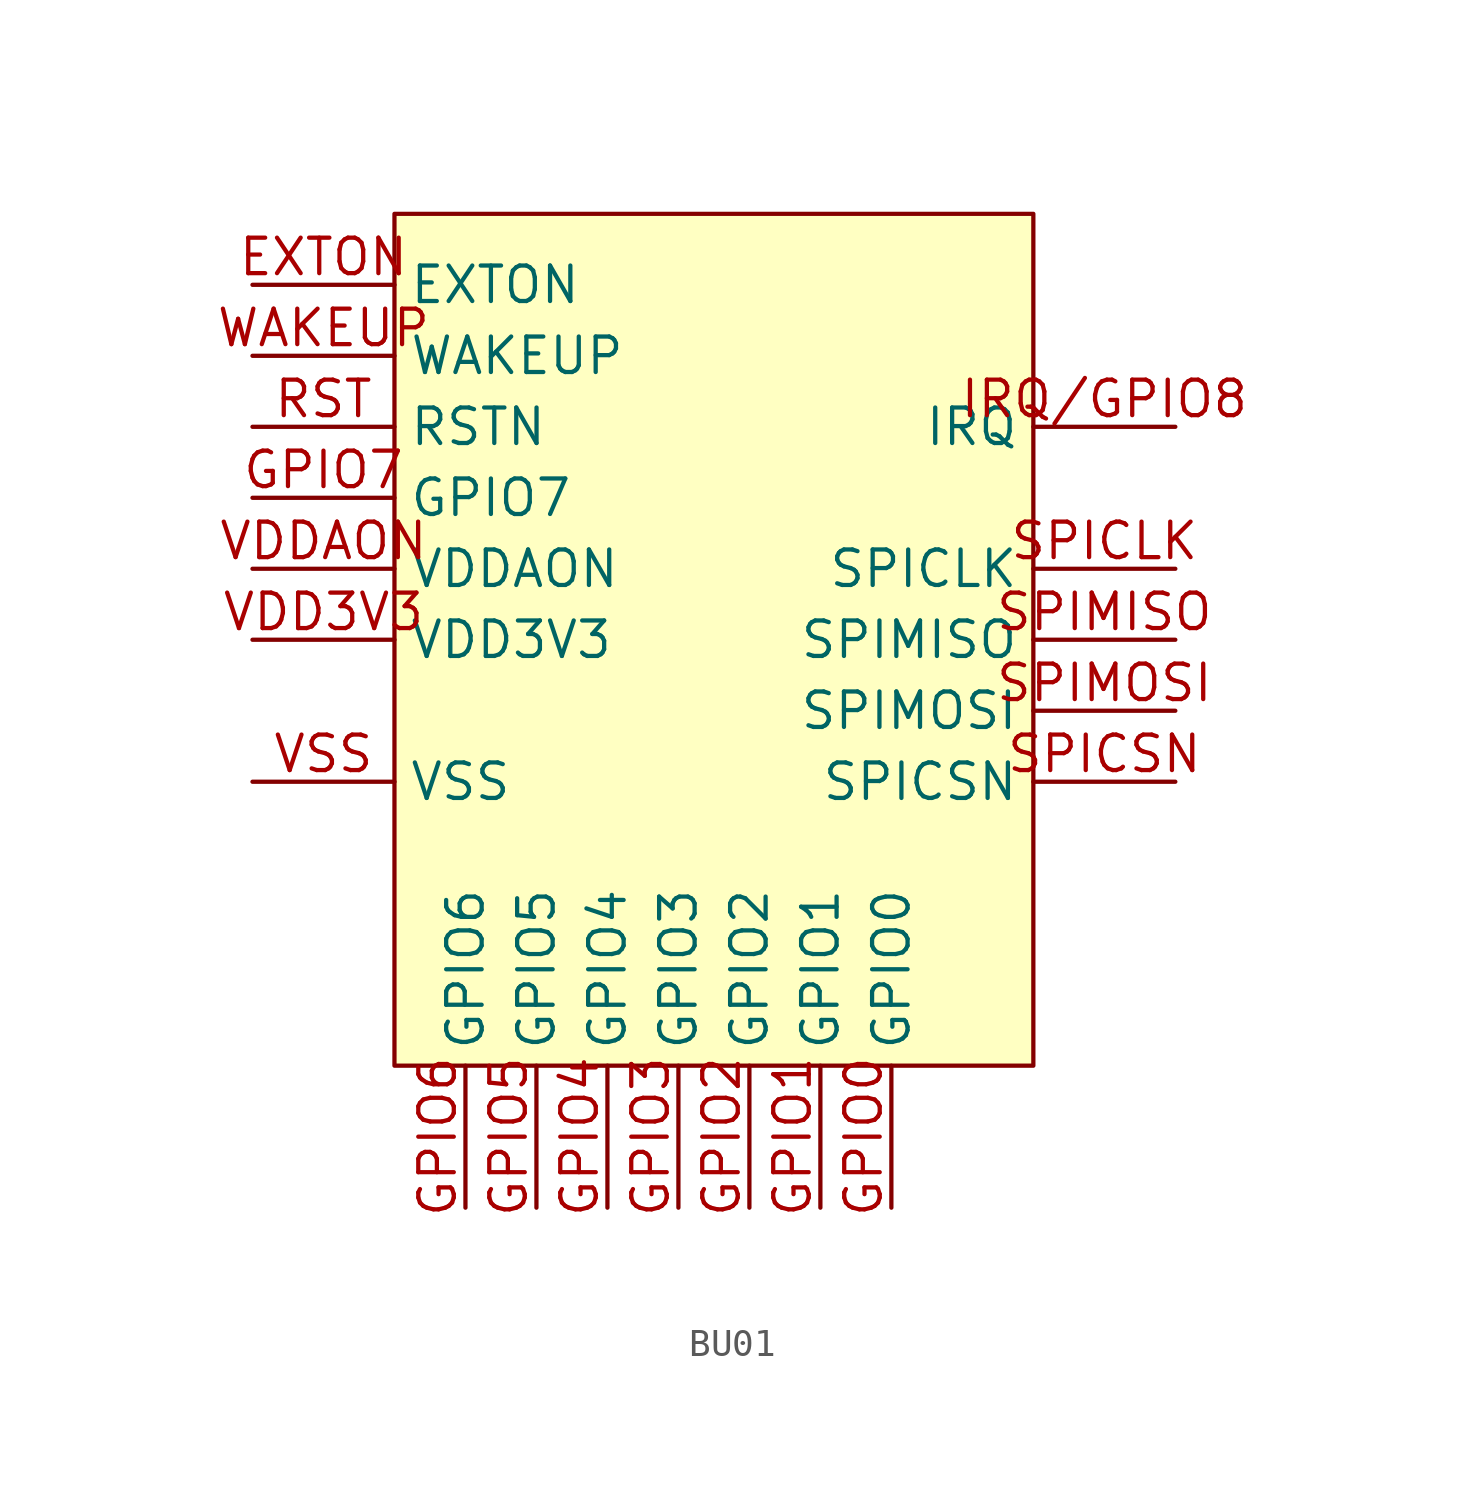
<source format=kicad_sym>
(kicad_symbol_lib
  (version 20211014)
  (generator kicad_symbol_editor)
  (symbol "BU01"
    (property "Reference" "U"
      (at 0 0 0)
      (effects (font (size 1.27 1.27)) hide))
    (symbol "BU01_1_0"
      (pin bidirectional line (at -17.78 33.02 0) (length 5.08) (name "EXTON" (effects (font (size 1.27 1.27)))) (number "EXTON" (effects (font (size 1.27 1.27)))))
      (pin bidirectional line (at 5.08 0 90) (length 5.08) (name "GPIO0" (effects (font (size 1.27 1.27)))) (number "GPIO0" (effects (font (size 1.27 1.27)))))
      (pin bidirectional line (at 2.54 0 90) (length 5.08) (name "GPIO1" (effects (font (size 1.27 1.27)))) (number "GPIO1" (effects (font (size 1.27 1.27)))))
      (pin bidirectional line (at 0 0 90) (length 5.08) (name "GPIO2" (effects (font (size 1.27 1.27)))) (number "GPIO2" (effects (font (size 1.27 1.27)))))
      (pin bidirectional line (at -2.54 0 90) (length 5.08) (name "GPIO3" (effects (font (size 1.27 1.27)))) (number "GPIO3" (effects (font (size 1.27 1.27)))))
      (pin bidirectional line (at -5.08 0 90) (length 5.08) (name "GPIO4" (effects (font (size 1.27 1.27)))) (number "GPIO4" (effects (font (size 1.27 1.27)))))
      (pin bidirectional line (at -7.62 0 90) (length 5.08) (name "GPIO5" (effects (font (size 1.27 1.27)))) (number "GPIO5" (effects (font (size 1.27 1.27)))))
      (pin bidirectional line (at -10.16 0 90) (length 5.08) (name "GPIO6" (effects (font (size 1.27 1.27)))) (number "GPIO6" (effects (font (size 1.27 1.27)))))
      (pin bidirectional line (at -17.78 25.4 0) (length 5.08) (name "GPIO7" (effects (font (size 1.27 1.27)))) (number "GPIO7" (effects (font (size 1.27 1.27)))))
      (pin bidirectional line (at 15.24 27.94 180) (length 5.08) (name "IRQ" (effects (font (size 1.27 1.27)))) (number "IRQ/GPIO8" (effects (font (size 1.27 1.27)))))
      (pin input line (at -17.78 27.94 0) (length 5.08) (name "RSTN" (effects (font (size 1.27 1.27)))) (number "RST" (effects (font (size 1.27 1.27)))))
      (pin bidirectional line (at 15.24 22.86 180) (length 5.08) (name "SPICLK" (effects (font (size 1.27 1.27)))) (number "SPICLK" (effects (font (size 1.27 1.27)))))
      (pin bidirectional line (at 15.24 15.24 180) (length 5.08) (name "SPICSN" (effects (font (size 1.27 1.27)))) (number "SPICSN" (effects (font (size 1.27 1.27)))))
      (pin bidirectional line (at 15.24 20.32 180) (length 5.08) (name "SPIMISO" (effects (font (size 1.27 1.27)))) (number "SPIMISO" (effects (font (size 1.27 1.27)))))
      (pin bidirectional line (at 15.24 17.78 180) (length 5.08) (name "SPIMOSI" (effects (font (size 1.27 1.27)))) (number "SPIMOSI" (effects (font (size 1.27 1.27)))))
      (pin power_in line (at -17.78 20.32 0) (length 5.08) (name "VDD3V3" (effects (font (size 1.27 1.27)))) (number "VDD3V3" (effects (font (size 1.27 1.27)))))
      (pin power_in line (at -17.78 22.86 0) (length 5.08) (name "VDDAON" (effects (font (size 1.27 1.27)))) (number "VDDAON" (effects (font (size 1.27 1.27)))))
      (pin power_in line (at -17.78 15.24 0) (length 5.08) (name "VSS" (effects (font (size 1.27 1.27)))) (number "VSS" (effects (font (size 1.27 1.27)))))
      (pin bidirectional line (at -17.78 30.48 0) (length 5.08) (name "WAKEUP" (effects (font (size 1.27 1.27)))) (number "WAKEUP" (effects (font (size 1.27 1.27))))))
    (symbol "BU01_1_1"
      (rectangle (start -12.7 5.08) (end 10.16 35.56) (stroke (width 0.152) (type default) (color 0 0 0 0)) (fill (type background))))))
</source>
